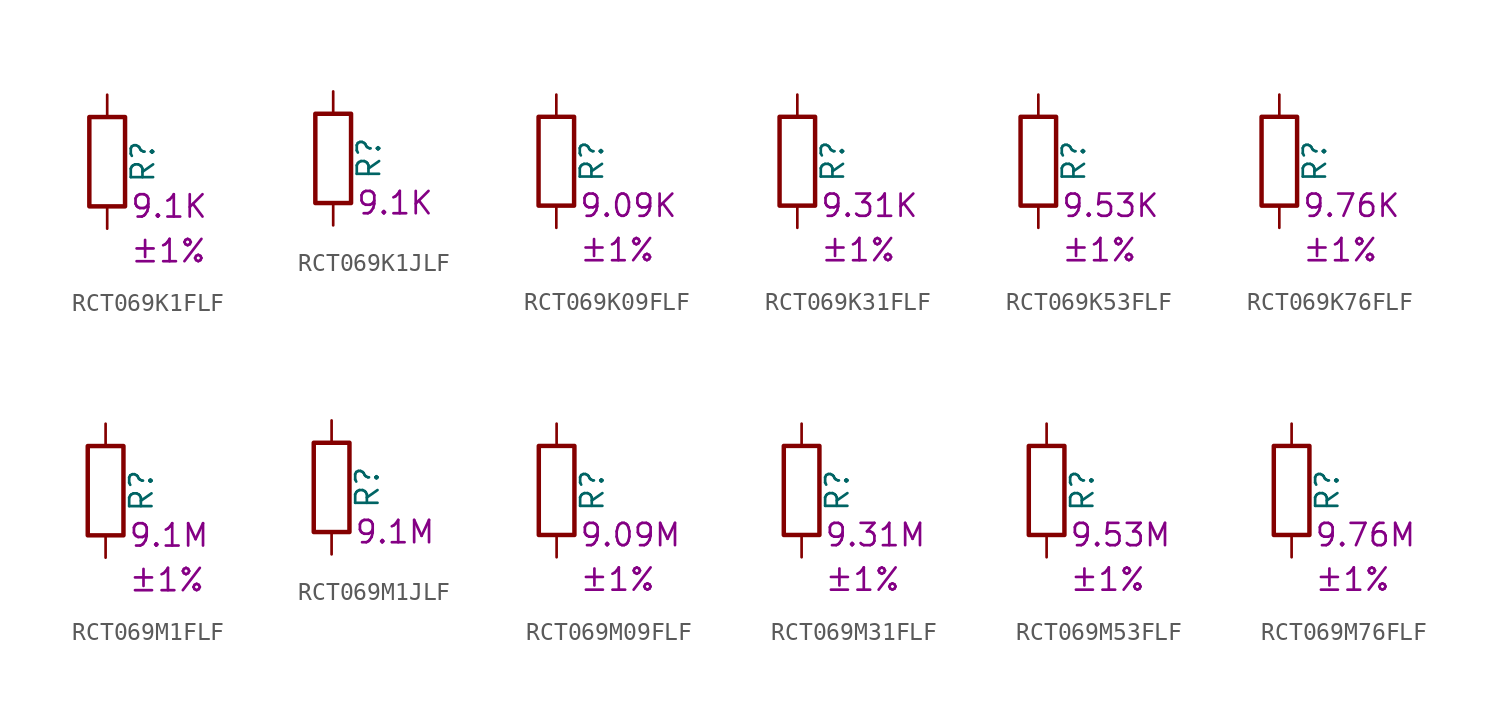
<source format=kicad_sym>
(kicad_symbol_lib
  (version 20220914)
  (generator kicad_symbol_editor)
  (symbol "RCT069K1FLF"
    (pin_numbers hide)
    (pin_names
      (offset 0))
    (property "Reference" "R"
      (at 2.032 0 90)
      (effects (font (size 1.27 1.27))))
    (property "Resistance" "9.1K"
      (at 1.27 -2.54 0)
      (effects (font (size 1.27 1.27)) (justify left)))
    (property "Tolerance" "±1%"
      (at 1.27 -5.08 0)
      (effects (font (size 1.27 1.27)) (justify left)))
    (symbol "RCT069K1FLF_0_1"
      (rectangle (start -1.016 -2.54) (end 1.016 2.54) (stroke (width 0.254) (type default)) (fill (type none))))
    (symbol "RCT069K1FLF_1_1"
      (pin passive line (at 0 3.81 270) (length 1.27) (name "~" (effects (font (size 1.27 1.27)))) (number "1" (effects (font (size 1.27 1.27)))))
      (pin passive line (at 0 -3.81 90) (length 1.27) (name "~" (effects (font (size 1.27 1.27)))) (number "2" (effects (font (size 1.27 1.27)))))))
  (symbol "RCT069K1JLF"
    (pin_numbers hide)
    (pin_names
      (offset 0))
    (property "Reference" "R"
      (at 2.032 0 90)
      (effects (font (size 1.27 1.27))))
    (property "Resistance" "9.1K"
      (at 1.27 -2.54 0)
      (effects (font (size 1.27 1.27)) (justify left)))
    (symbol "RCT069K1JLF_0_1"
      (rectangle (start -1.016 -2.54) (end 1.016 2.54) (stroke (width 0.254) (type default)) (fill (type none))))
    (symbol "RCT069K1JLF_1_1"
      (pin passive line (at 0 3.81 270) (length 1.27) (name "~" (effects (font (size 1.27 1.27)))) (number "1" (effects (font (size 1.27 1.27)))))
      (pin passive line (at 0 -3.81 90) (length 1.27) (name "~" (effects (font (size 1.27 1.27)))) (number "2" (effects (font (size 1.27 1.27)))))))
  (symbol "RCT069K09FLF"
    (pin_numbers hide)
    (pin_names
      (offset 0))
    (property "Reference" "R"
      (at 2.032 0 90)
      (effects (font (size 1.27 1.27))))
    (property "Resistance" "9.09K"
      (at 1.27 -2.54 0)
      (effects (font (size 1.27 1.27)) (justify left)))
    (property "Tolerance" "±1%"
      (at 1.27 -5.08 0)
      (effects (font (size 1.27 1.27)) (justify left)))
    (symbol "RCT069K09FLF_0_1"
      (rectangle (start -1.016 -2.54) (end 1.016 2.54) (stroke (width 0.254) (type default)) (fill (type none))))
    (symbol "RCT069K09FLF_1_1"
      (pin passive line (at 0 3.81 270) (length 1.27) (name "~" (effects (font (size 1.27 1.27)))) (number "1" (effects (font (size 1.27 1.27)))))
      (pin passive line (at 0 -3.81 90) (length 1.27) (name "~" (effects (font (size 1.27 1.27)))) (number "2" (effects (font (size 1.27 1.27)))))))
  (symbol "RCT069K31FLF"
    (pin_numbers hide)
    (pin_names
      (offset 0))
    (property "Reference" "R"
      (at 2.032 0 90)
      (effects (font (size 1.27 1.27))))
    (property "Resistance" "9.31K"
      (at 1.27 -2.54 0)
      (effects (font (size 1.27 1.27)) (justify left)))
    (property "Tolerance" "±1%"
      (at 1.27 -5.08 0)
      (effects (font (size 1.27 1.27)) (justify left)))
    (symbol "RCT069K31FLF_0_1"
      (rectangle (start -1.016 -2.54) (end 1.016 2.54) (stroke (width 0.254) (type default)) (fill (type none))))
    (symbol "RCT069K31FLF_1_1"
      (pin passive line (at 0 3.81 270) (length 1.27) (name "~" (effects (font (size 1.27 1.27)))) (number "1" (effects (font (size 1.27 1.27)))))
      (pin passive line (at 0 -3.81 90) (length 1.27) (name "~" (effects (font (size 1.27 1.27)))) (number "2" (effects (font (size 1.27 1.27)))))))
  (symbol "RCT069K53FLF"
    (pin_numbers hide)
    (pin_names
      (offset 0))
    (property "Reference" "R"
      (at 2.032 0 90)
      (effects (font (size 1.27 1.27))))
    (property "Resistance" "9.53K"
      (at 1.27 -2.54 0)
      (effects (font (size 1.27 1.27)) (justify left)))
    (property "Tolerance" "±1%"
      (at 1.27 -5.08 0)
      (effects (font (size 1.27 1.27)) (justify left)))
    (symbol "RCT069K53FLF_0_1"
      (rectangle (start -1.016 -2.54) (end 1.016 2.54) (stroke (width 0.254) (type default)) (fill (type none))))
    (symbol "RCT069K53FLF_1_1"
      (pin passive line (at 0 3.81 270) (length 1.27) (name "~" (effects (font (size 1.27 1.27)))) (number "1" (effects (font (size 1.27 1.27)))))
      (pin passive line (at 0 -3.81 90) (length 1.27) (name "~" (effects (font (size 1.27 1.27)))) (number "2" (effects (font (size 1.27 1.27)))))))
  (symbol "RCT069K76FLF"
    (pin_numbers hide)
    (pin_names
      (offset 0))
    (property "Reference" "R"
      (at 2.032 0 90)
      (effects (font (size 1.27 1.27))))
    (property "Resistance" "9.76K"
      (at 1.27 -2.54 0)
      (effects (font (size 1.27 1.27)) (justify left)))
    (property "Tolerance" "±1%"
      (at 1.27 -5.08 0)
      (effects (font (size 1.27 1.27)) (justify left)))
    (symbol "RCT069K76FLF_0_1"
      (rectangle (start -1.016 -2.54) (end 1.016 2.54) (stroke (width 0.254) (type default)) (fill (type none))))
    (symbol "RCT069K76FLF_1_1"
      (pin passive line (at 0 3.81 270) (length 1.27) (name "~" (effects (font (size 1.27 1.27)))) (number "1" (effects (font (size 1.27 1.27)))))
      (pin passive line (at 0 -3.81 90) (length 1.27) (name "~" (effects (font (size 1.27 1.27)))) (number "2" (effects (font (size 1.27 1.27)))))))
  (symbol "RCT069M1FLF"
    (pin_numbers hide)
    (pin_names
      (offset 0))
    (property "Reference" "R"
      (at 2.032 0 90)
      (effects (font (size 1.27 1.27))))
    (property "Resistance" "9.1M"
      (at 1.27 -2.54 0)
      (effects (font (size 1.27 1.27)) (justify left)))
    (property "Tolerance" "±1%"
      (at 1.27 -5.08 0)
      (effects (font (size 1.27 1.27)) (justify left)))
    (symbol "RCT069M1FLF_0_1"
      (rectangle (start -1.016 -2.54) (end 1.016 2.54) (stroke (width 0.254) (type default)) (fill (type none))))
    (symbol "RCT069M1FLF_1_1"
      (pin passive line (at 0 3.81 270) (length 1.27) (name "~" (effects (font (size 1.27 1.27)))) (number "1" (effects (font (size 1.27 1.27)))))
      (pin passive line (at 0 -3.81 90) (length 1.27) (name "~" (effects (font (size 1.27 1.27)))) (number "2" (effects (font (size 1.27 1.27)))))))
  (symbol "RCT069M1JLF"
    (pin_numbers hide)
    (pin_names
      (offset 0))
    (property "Reference" "R"
      (at 2.032 0 90)
      (effects (font (size 1.27 1.27))))
    (property "Resistance" "9.1M"
      (at 1.27 -2.54 0)
      (effects (font (size 1.27 1.27)) (justify left)))
    (symbol "RCT069M1JLF_0_1"
      (rectangle (start -1.016 -2.54) (end 1.016 2.54) (stroke (width 0.254) (type default)) (fill (type none))))
    (symbol "RCT069M1JLF_1_1"
      (pin passive line (at 0 3.81 270) (length 1.27) (name "~" (effects (font (size 1.27 1.27)))) (number "1" (effects (font (size 1.27 1.27)))))
      (pin passive line (at 0 -3.81 90) (length 1.27) (name "~" (effects (font (size 1.27 1.27)))) (number "2" (effects (font (size 1.27 1.27)))))))
  (symbol "RCT069M09FLF"
    (pin_numbers hide)
    (pin_names
      (offset 0))
    (property "Reference" "R"
      (at 2.032 0 90)
      (effects (font (size 1.27 1.27))))
    (property "Resistance" "9.09M"
      (at 1.27 -2.54 0)
      (effects (font (size 1.27 1.27)) (justify left)))
    (property "Tolerance" "±1%"
      (at 1.27 -5.08 0)
      (effects (font (size 1.27 1.27)) (justify left)))
    (symbol "RCT069M09FLF_0_1"
      (rectangle (start -1.016 -2.54) (end 1.016 2.54) (stroke (width 0.254) (type default)) (fill (type none))))
    (symbol "RCT069M09FLF_1_1"
      (pin passive line (at 0 3.81 270) (length 1.27) (name "~" (effects (font (size 1.27 1.27)))) (number "1" (effects (font (size 1.27 1.27)))))
      (pin passive line (at 0 -3.81 90) (length 1.27) (name "~" (effects (font (size 1.27 1.27)))) (number "2" (effects (font (size 1.27 1.27)))))))
  (symbol "RCT069M31FLF"
    (pin_numbers hide)
    (pin_names
      (offset 0))
    (property "Reference" "R"
      (at 2.032 0 90)
      (effects (font (size 1.27 1.27))))
    (property "Resistance" "9.31M"
      (at 1.27 -2.54 0)
      (effects (font (size 1.27 1.27)) (justify left)))
    (property "Tolerance" "±1%"
      (at 1.27 -5.08 0)
      (effects (font (size 1.27 1.27)) (justify left)))
    (symbol "RCT069M31FLF_0_1"
      (rectangle (start -1.016 -2.54) (end 1.016 2.54) (stroke (width 0.254) (type default)) (fill (type none))))
    (symbol "RCT069M31FLF_1_1"
      (pin passive line (at 0 3.81 270) (length 1.27) (name "~" (effects (font (size 1.27 1.27)))) (number "1" (effects (font (size 1.27 1.27)))))
      (pin passive line (at 0 -3.81 90) (length 1.27) (name "~" (effects (font (size 1.27 1.27)))) (number "2" (effects (font (size 1.27 1.27)))))))
  (symbol "RCT069M53FLF"
    (pin_numbers hide)
    (pin_names
      (offset 0))
    (property "Reference" "R"
      (at 2.032 0 90)
      (effects (font (size 1.27 1.27))))
    (property "Resistance" "9.53M"
      (at 1.27 -2.54 0)
      (effects (font (size 1.27 1.27)) (justify left)))
    (property "Tolerance" "±1%"
      (at 1.27 -5.08 0)
      (effects (font (size 1.27 1.27)) (justify left)))
    (symbol "RCT069M53FLF_0_1"
      (rectangle (start -1.016 -2.54) (end 1.016 2.54) (stroke (width 0.254) (type default)) (fill (type none))))
    (symbol "RCT069M53FLF_1_1"
      (pin passive line (at 0 3.81 270) (length 1.27) (name "~" (effects (font (size 1.27 1.27)))) (number "1" (effects (font (size 1.27 1.27)))))
      (pin passive line (at 0 -3.81 90) (length 1.27) (name "~" (effects (font (size 1.27 1.27)))) (number "2" (effects (font (size 1.27 1.27)))))))
  (symbol "RCT069M76FLF"
    (pin_numbers hide)
    (pin_names
      (offset 0))
    (property "Reference" "R"
      (at 2.032 0 90)
      (effects (font (size 1.27 1.27))))
    (property "Resistance" "9.76M"
      (at 1.27 -2.54 0)
      (effects (font (size 1.27 1.27)) (justify left)))
    (property "Tolerance" "±1%"
      (at 1.27 -5.08 0)
      (effects (font (size 1.27 1.27)) (justify left)))
    (symbol "RCT069M76FLF_0_1"
      (rectangle (start -1.016 -2.54) (end 1.016 2.54) (stroke (width 0.254) (type default)) (fill (type none))))
    (symbol "RCT069M76FLF_1_1"
      (pin passive line (at 0 3.81 270) (length 1.27) (name "~" (effects (font (size 1.27 1.27)))) (number "1" (effects (font (size 1.27 1.27)))))
      (pin passive line (at 0 -3.81 90) (length 1.27) (name "~" (effects (font (size 1.27 1.27)))) (number "2" (effects (font (size 1.27 1.27))))))))
</source>
